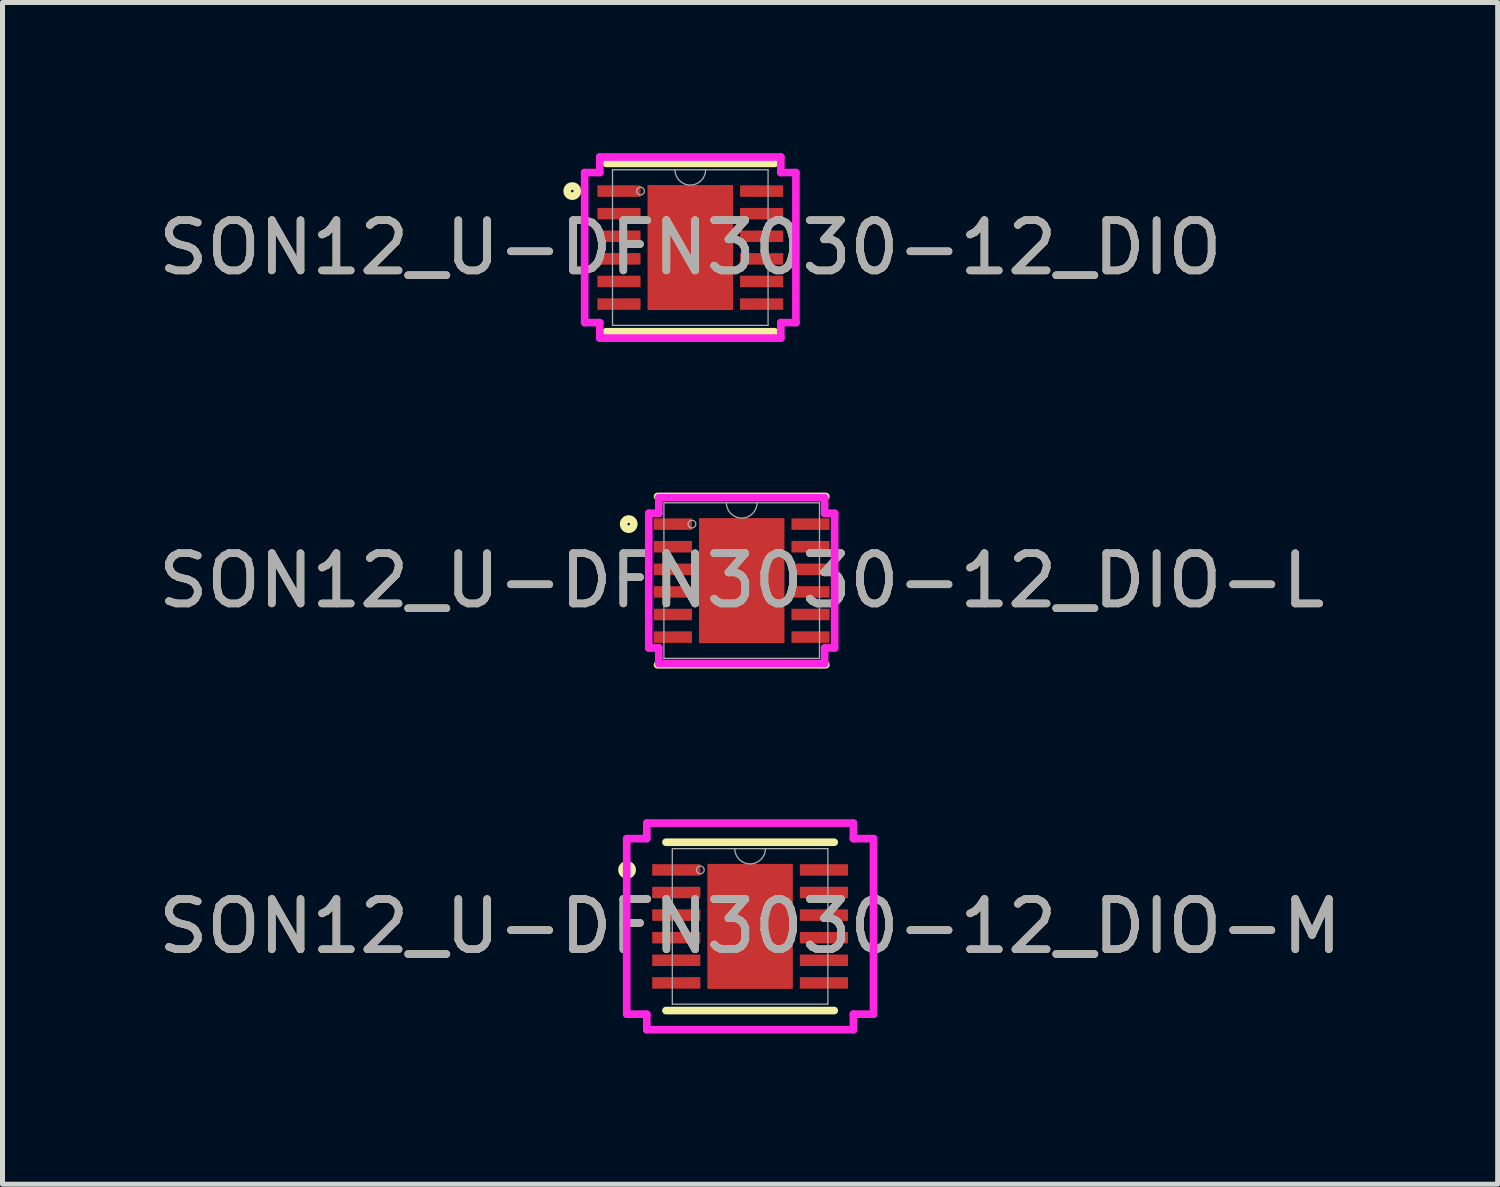
<source format=kicad_pcb>
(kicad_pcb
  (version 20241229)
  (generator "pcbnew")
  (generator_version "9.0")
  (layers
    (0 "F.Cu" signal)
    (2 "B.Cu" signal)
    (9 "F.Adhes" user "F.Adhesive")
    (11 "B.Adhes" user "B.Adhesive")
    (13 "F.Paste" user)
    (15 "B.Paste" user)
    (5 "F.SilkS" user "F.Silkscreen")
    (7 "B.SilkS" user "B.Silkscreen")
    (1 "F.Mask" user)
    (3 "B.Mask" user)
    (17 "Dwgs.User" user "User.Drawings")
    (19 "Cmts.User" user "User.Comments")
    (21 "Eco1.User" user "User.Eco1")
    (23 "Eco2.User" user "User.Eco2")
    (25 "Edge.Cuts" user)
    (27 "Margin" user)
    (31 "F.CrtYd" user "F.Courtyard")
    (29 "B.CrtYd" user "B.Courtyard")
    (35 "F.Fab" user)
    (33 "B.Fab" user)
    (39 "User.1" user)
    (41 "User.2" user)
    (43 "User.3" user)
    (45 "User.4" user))
  (footprint "SON12_U-DFN3030-12_DIO"
    (layer "F.Cu")
    (at 10.696 1.88)
    (property "Reference" "SON12_U-DFN3030-12_DIO" (at 0 0 0) (unlocked yes) (layer "F.SilkS") (effects (font (size 1 1) (thickness 0.15))))
    (attr smd)
    (fp_line (start -1.676 1.676) (end 1.676 1.676) (stroke (width 0.152) (type solid)) (layer "F.SilkS"))
    (fp_line (start 1.676 -1.676) (end -1.676 -1.676) (stroke (width 0.152) (type solid)) (layer "F.SilkS"))
    (fp_circle (center -2.35 -1.125) (end -2.249 -1.125) (stroke (width 0.152) (type solid)) (fill no) (layer "F.SilkS"))
    (fp_line (start -2.103 -1.494) (end -1.803 -1.494) (stroke (width 0.152) (type solid)) (layer "F.CrtYd"))
    (fp_line (start -2.103 1.494) (end -2.103 -1.494) (stroke (width 0.152) (type solid)) (layer "F.CrtYd"))
    (fp_line (start -2.103 1.494) (end -1.803 1.494) (stroke (width 0.152) (type solid)) (layer "F.CrtYd"))
    (fp_line (start -1.803 -1.803) (end 1.803 -1.803) (stroke (width 0.152) (type solid)) (layer "F.CrtYd"))
    (fp_line (start -1.803 -1.494) (end -1.803 -1.803) (stroke (width 0.152) (type solid)) (layer "F.CrtYd"))
    (fp_line (start -1.803 1.803) (end -1.803 1.494) (stroke (width 0.152) (type solid)) (layer "F.CrtYd"))
    (fp_line (start 1.803 -1.803) (end 1.803 -1.494) (stroke (width 0.152) (type solid)) (layer "F.CrtYd"))
    (fp_line (start 1.803 1.494) (end 1.803 1.803) (stroke (width 0.152) (type solid)) (layer "F.CrtYd"))
    (fp_line (start 1.803 1.803) (end -1.803 1.803) (stroke (width 0.152) (type solid)) (layer "F.CrtYd"))
    (fp_line (start 2.103 -1.494) (end 1.803 -1.494) (stroke (width 0.152) (type solid)) (layer "F.CrtYd"))
    (fp_line (start 2.103 -1.494) (end 2.103 1.494) (stroke (width 0.152) (type solid)) (layer "F.CrtYd"))
    (fp_line (start 2.103 1.494) (end 1.803 1.494) (stroke (width 0.152) (type solid)) (layer "F.CrtYd"))
    (fp_line (start -1.549 -1.549) (end -1.549 1.549) (stroke (width 0.025) (type solid)) (layer "F.Fab"))
    (fp_line (start -1.549 1.549) (end 1.549 1.549) (stroke (width 0.025) (type solid)) (layer "F.Fab"))
    (fp_line (start 1.549 -1.549) (end -1.549 -1.549) (stroke (width 0.025) (type solid)) (layer "F.Fab"))
    (fp_line (start 1.549 1.549) (end 1.549 -1.549) (stroke (width 0.025) (type solid)) (layer "F.Fab"))
    (fp_arc (start 0.3048 -1.5494) (mid 0 -1.2446) (end -0.3048 -1.5494) (stroke (width 0.0254) (type solid)) (layer "F.Fab"))
    (fp_circle (center -0.991 -1.125) (end -0.914 -1.125) (stroke (width 0.025) (type solid)) (fill no) (layer "F.Fab"))
    (fp_text user "${REFERENCE}" (at 0 0 0) (unlocked yes) (layer "F.Fab") (effects (font (size 1 1) (thickness 0.15))))
    (pad "1" smd rect (at -1.42 -1.125) (size 0.859 0.229) (layers "F.Cu" "F.Mask" "F.Paste"))
    (pad "2" smd rect (at -1.42 -0.675) (size 0.859 0.229) (layers "F.Cu" "F.Mask" "F.Paste"))
    (pad "3" smd rect (at -1.42 -0.225) (size 0.859 0.229) (layers "F.Cu" "F.Mask" "F.Paste"))
    (pad "4" smd rect (at -1.42 0.225) (size 0.859 0.229) (layers "F.Cu" "F.Mask" "F.Paste"))
    (pad "5" smd rect (at -1.42 0.675) (size 0.859 0.229) (layers "F.Cu" "F.Mask" "F.Paste"))
    (pad "6" smd rect (at -1.42 1.125) (size 0.859 0.229) (layers "F.Cu" "F.Mask" "F.Paste"))
    (pad "7" smd rect (at 1.42 1.125) (size 0.859 0.229) (layers "F.Cu" "F.Mask" "F.Paste"))
    (pad "8" smd rect (at 1.42 0.675) (size 0.859 0.229) (layers "F.Cu" "F.Mask" "F.Paste"))
    (pad "9" smd rect (at 1.42 0.225) (size 0.859 0.229) (layers "F.Cu" "F.Mask" "F.Paste"))
    (pad "10" smd rect (at 1.42 -0.225) (size 0.859 0.229) (layers "F.Cu" "F.Mask" "F.Paste"))
    (pad "11" smd rect (at 1.42 -0.675) (size 0.859 0.229) (layers "F.Cu" "F.Mask" "F.Paste"))
    (pad "12" smd rect (at 1.42 -1.125) (size 0.859 0.229) (layers "F.Cu" "F.Mask" "F.Paste"))
    (pad "13" smd rect (at 0 0) (size 1.702 2.489) (layers "F.Cu" "F.Mask" "F.Paste")))
  (footprint "SON12_U-DFN3030-12_DIO-M"
    (layer "F.Cu")
    (at 11.887 15.398)
    (property "Reference" "SON12_U-DFN3030-12_DIO-M" (at 0 0 0) (unlocked yes) (layer "F.SilkS") (effects (font (size 1 1) (thickness 0.15))))
    (attr smd)
    (fp_line (start -1.676 1.676) (end 1.676 1.676) (stroke (width 0.152) (type solid)) (layer "F.SilkS"))
    (fp_line (start 1.676 -1.676) (end -1.676 -1.676) (stroke (width 0.152) (type solid)) (layer "F.SilkS"))
    (fp_circle (center -2.45 -1.125) (end -2.349 -1.125) (stroke (width 0.152) (type solid)) (fill no) (layer "F.SilkS"))
    (fp_line (start -2.457 -1.748) (end -2.057 -1.748) (stroke (width 0.152) (type solid)) (layer "F.CrtYd"))
    (fp_line (start -2.457 1.748) (end -2.457 -1.748) (stroke (width 0.152) (type solid)) (layer "F.CrtYd"))
    (fp_line (start -2.457 1.748) (end -2.057 1.748) (stroke (width 0.152) (type solid)) (layer "F.CrtYd"))
    (fp_line (start -2.057 -2.057) (end 2.057 -2.057) (stroke (width 0.152) (type solid)) (layer "F.CrtYd"))
    (fp_line (start -2.057 -1.748) (end -2.057 -2.057) (stroke (width 0.152) (type solid)) (layer "F.CrtYd"))
    (fp_line (start -2.057 2.057) (end -2.057 1.748) (stroke (width 0.152) (type solid)) (layer "F.CrtYd"))
    (fp_line (start 2.057 -2.057) (end 2.057 -1.748) (stroke (width 0.152) (type solid)) (layer "F.CrtYd"))
    (fp_line (start 2.057 1.748) (end 2.057 2.057) (stroke (width 0.152) (type solid)) (layer "F.CrtYd"))
    (fp_line (start 2.057 2.057) (end -2.057 2.057) (stroke (width 0.152) (type solid)) (layer "F.CrtYd"))
    (fp_line (start 2.457 -1.748) (end 2.057 -1.748) (stroke (width 0.152) (type solid)) (layer "F.CrtYd"))
    (fp_line (start 2.457 -1.748) (end 2.457 1.748) (stroke (width 0.152) (type solid)) (layer "F.CrtYd"))
    (fp_line (start 2.457 1.748) (end 2.057 1.748) (stroke (width 0.152) (type solid)) (layer "F.CrtYd"))
    (fp_line (start -1.549 -1.549) (end -1.549 1.549) (stroke (width 0.025) (type solid)) (layer "F.Fab"))
    (fp_line (start -1.549 1.549) (end 1.549 1.549) (stroke (width 0.025) (type solid)) (layer "F.Fab"))
    (fp_line (start 1.549 -1.549) (end -1.549 -1.549) (stroke (width 0.025) (type solid)) (layer "F.Fab"))
    (fp_line (start 1.549 1.549) (end 1.549 -1.549) (stroke (width 0.025) (type solid)) (layer "F.Fab"))
    (fp_arc (start 0.3048 -1.5494) (mid 0 -1.2446) (end -0.3048 -1.5494) (stroke (width 0.0254) (type solid)) (layer "F.Fab"))
    (fp_circle (center -0.991 -1.125) (end -0.914 -1.125) (stroke (width 0.025) (type solid)) (fill no) (layer "F.Fab"))
    (fp_text user "${REFERENCE}" (at 0 0 0) (unlocked yes) (layer "F.Fab") (effects (font (size 1 1) (thickness 0.15))))
    (pad "1" smd rect (at -1.47 -1.125) (size 0.959 0.229) (layers "F.Cu" "F.Mask" "F.Paste"))
    (pad "2" smd rect (at -1.47 -0.675) (size 0.959 0.229) (layers "F.Cu" "F.Mask" "F.Paste"))
    (pad "3" smd rect (at -1.47 -0.225) (size 0.959 0.229) (layers "F.Cu" "F.Mask" "F.Paste"))
    (pad "4" smd rect (at -1.47 0.225) (size 0.959 0.229) (layers "F.Cu" "F.Mask" "F.Paste"))
    (pad "5" smd rect (at -1.47 0.675) (size 0.959 0.229) (layers "F.Cu" "F.Mask" "F.Paste"))
    (pad "6" smd rect (at -1.47 1.125) (size 0.959 0.229) (layers "F.Cu" "F.Mask" "F.Paste"))
    (pad "7" smd rect (at 1.47 1.125) (size 0.959 0.229) (layers "F.Cu" "F.Mask" "F.Paste"))
    (pad "8" smd rect (at 1.47 0.675) (size 0.959 0.229) (layers "F.Cu" "F.Mask" "F.Paste"))
    (pad "9" smd rect (at 1.47 0.225) (size 0.959 0.229) (layers "F.Cu" "F.Mask" "F.Paste"))
    (pad "10" smd rect (at 1.47 -0.225) (size 0.959 0.229) (layers "F.Cu" "F.Mask" "F.Paste"))
    (pad "11" smd rect (at 1.47 -0.675) (size 0.959 0.229) (layers "F.Cu" "F.Mask" "F.Paste"))
    (pad "12" smd rect (at 1.47 -1.125) (size 0.959 0.229) (layers "F.Cu" "F.Mask" "F.Paste"))
    (pad "13" smd rect (at 0 0) (size 1.702 2.489) (layers "F.Cu" "F.Mask" "F.Paste")))
  (footprint "SON12_U-DFN3030-12_DIO-L"
    (layer "F.Cu")
    (at 11.72 8.512)
    (property "Reference" "SON12_U-DFN3030-12_DIO-L" (at 0 0 0) (unlocked yes) (layer "F.SilkS") (effects (font (size 1 1) (thickness 0.15))))
    (attr smd)
    (fp_line (start -1.676 1.676) (end 1.676 1.676) (stroke (width 0.152) (type solid)) (layer "F.SilkS"))
    (fp_line (start 1.676 -1.676) (end -1.676 -1.676) (stroke (width 0.152) (type solid)) (layer "F.SilkS"))
    (fp_circle (center -2.25 -1.125) (end -2.149 -1.125) (stroke (width 0.152) (type solid)) (fill no) (layer "F.SilkS"))
    (fp_line (start -1.851 -1.341) (end -1.651 -1.341) (stroke (width 0.152) (type solid)) (layer "F.CrtYd"))
    (fp_line (start -1.851 1.341) (end -1.851 -1.341) (stroke (width 0.152) (type solid)) (layer "F.CrtYd"))
    (fp_line (start -1.851 1.341) (end -1.651 1.341) (stroke (width 0.152) (type solid)) (layer "F.CrtYd"))
    (fp_line (start -1.651 -1.651) (end 1.651 -1.651) (stroke (width 0.152) (type solid)) (layer "F.CrtYd"))
    (fp_line (start -1.651 -1.341) (end -1.651 -1.651) (stroke (width 0.152) (type solid)) (layer "F.CrtYd"))
    (fp_line (start -1.651 1.651) (end -1.651 1.341) (stroke (width 0.152) (type solid)) (layer "F.CrtYd"))
    (fp_line (start 1.651 -1.651) (end 1.651 -1.341) (stroke (width 0.152) (type solid)) (layer "F.CrtYd"))
    (fp_line (start 1.651 1.341) (end 1.651 1.651) (stroke (width 0.152) (type solid)) (layer "F.CrtYd"))
    (fp_line (start 1.651 1.651) (end -1.651 1.651) (stroke (width 0.152) (type solid)) (layer "F.CrtYd"))
    (fp_line (start 1.851 -1.341) (end 1.651 -1.341) (stroke (width 0.152) (type solid)) (layer "F.CrtYd"))
    (fp_line (start 1.851 -1.341) (end 1.851 1.341) (stroke (width 0.152) (type solid)) (layer "F.CrtYd"))
    (fp_line (start 1.851 1.341) (end 1.651 1.341) (stroke (width 0.152) (type solid)) (layer "F.CrtYd"))
    (fp_line (start -1.549 -1.549) (end -1.549 1.549) (stroke (width 0.025) (type solid)) (layer "F.Fab"))
    (fp_line (start -1.549 1.549) (end 1.549 1.549) (stroke (width 0.025) (type solid)) (layer "F.Fab"))
    (fp_line (start 1.549 -1.549) (end -1.549 -1.549) (stroke (width 0.025) (type solid)) (layer "F.Fab"))
    (fp_line (start 1.549 1.549) (end 1.549 -1.549) (stroke (width 0.025) (type solid)) (layer "F.Fab"))
    (fp_arc (start 0.3048 -1.5494) (mid 0 -1.2446) (end -0.3048 -1.5494) (stroke (width 0.0254) (type solid)) (layer "F.Fab"))
    (fp_circle (center -0.991 -1.125) (end -0.914 -1.125) (stroke (width 0.025) (type solid)) (fill no) (layer "F.Fab"))
    (fp_text user "${REFERENCE}" (at 0 0 0) (unlocked yes) (layer "F.Fab") (effects (font (size 1 1) (thickness 0.15))))
    (pad "1" smd rect (at -1.37 -1.125) (size 0.759 0.229) (layers "F.Cu" "F.Mask" "F.Paste"))
    (pad "2" smd rect (at -1.37 -0.675) (size 0.759 0.229) (layers "F.Cu" "F.Mask" "F.Paste"))
    (pad "3" smd rect (at -1.37 -0.225) (size 0.759 0.229) (layers "F.Cu" "F.Mask" "F.Paste"))
    (pad "4" smd rect (at -1.37 0.225) (size 0.759 0.229) (layers "F.Cu" "F.Mask" "F.Paste"))
    (pad "5" smd rect (at -1.37 0.675) (size 0.759 0.229) (layers "F.Cu" "F.Mask" "F.Paste"))
    (pad "6" smd rect (at -1.37 1.125) (size 0.759 0.229) (layers "F.Cu" "F.Mask" "F.Paste"))
    (pad "7" smd rect (at 1.37 1.125) (size 0.759 0.229) (layers "F.Cu" "F.Mask" "F.Paste"))
    (pad "8" smd rect (at 1.37 0.675) (size 0.759 0.229) (layers "F.Cu" "F.Mask" "F.Paste"))
    (pad "9" smd rect (at 1.37 0.225) (size 0.759 0.229) (layers "F.Cu" "F.Mask" "F.Paste"))
    (pad "10" smd rect (at 1.37 -0.225) (size 0.759 0.229) (layers "F.Cu" "F.Mask" "F.Paste"))
    (pad "11" smd rect (at 1.37 -0.675) (size 0.759 0.229) (layers "F.Cu" "F.Mask" "F.Paste"))
    (pad "12" smd rect (at 1.37 -1.125) (size 0.759 0.229) (layers "F.Cu" "F.Mask" "F.Paste"))
    (pad "13" smd rect (at 0 0) (size 1.702 2.489) (layers "F.Cu" "F.Mask" "F.Paste")))
  (gr_rect
    (start -3 -3)
    (end 26.774 20.532)
    (stroke (width 0.1) (type default))
    (fill no)
    (layer "Edge.Cuts")))
</source>
